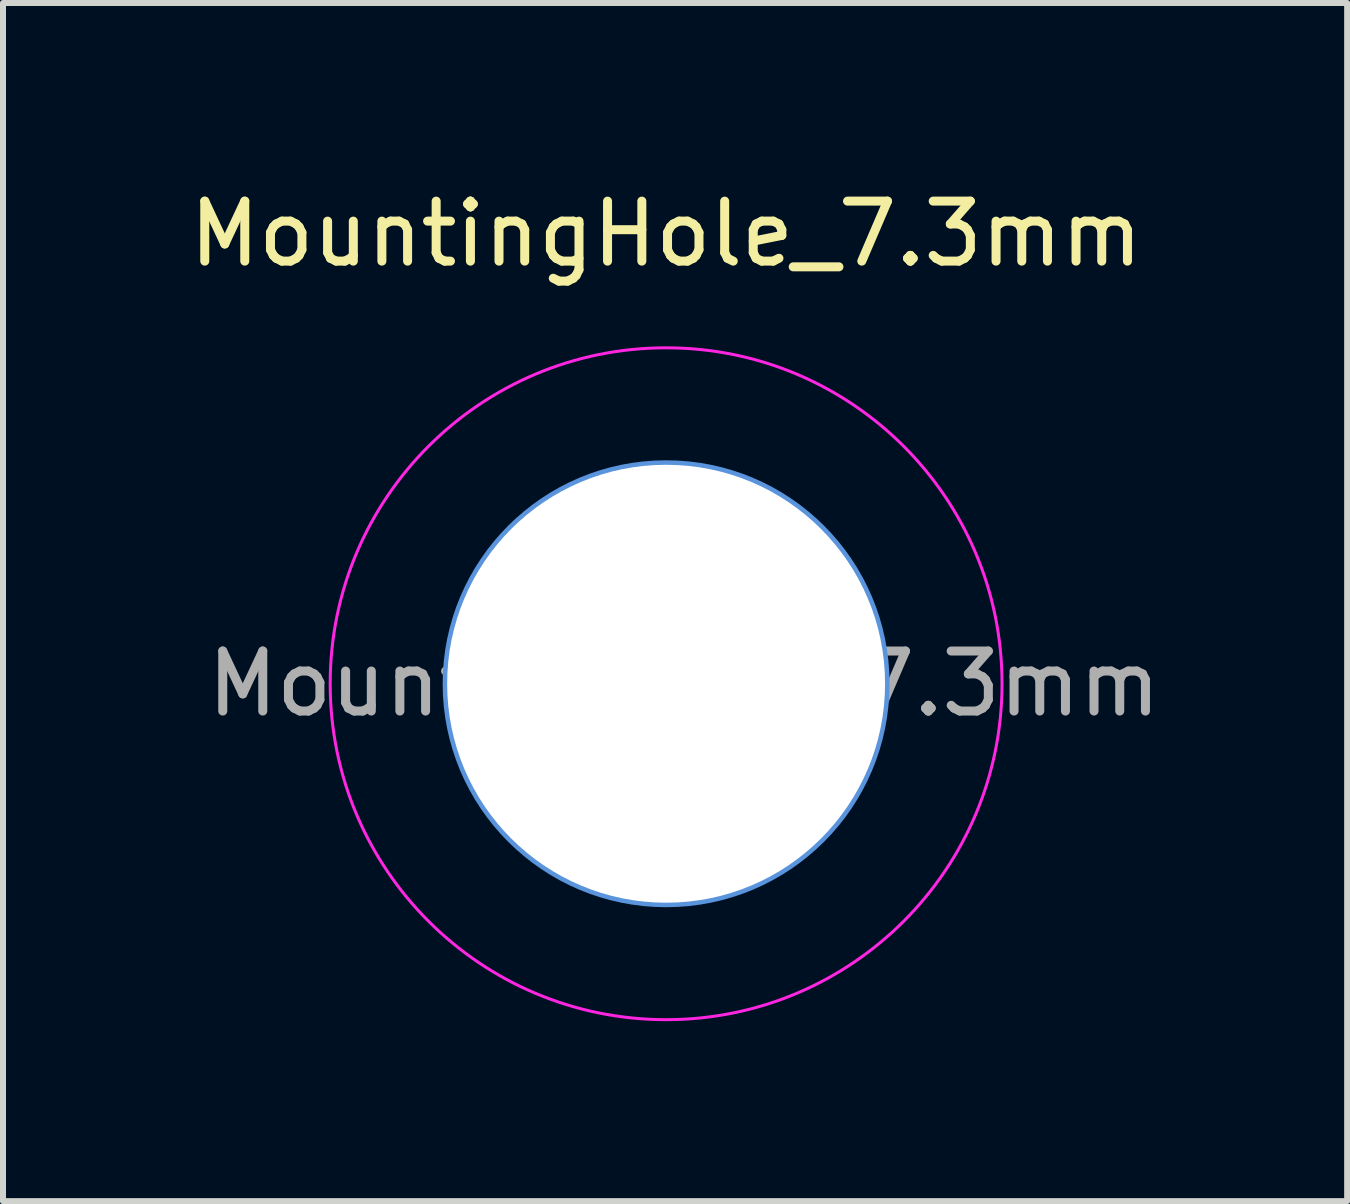
<source format=kicad_pcb>
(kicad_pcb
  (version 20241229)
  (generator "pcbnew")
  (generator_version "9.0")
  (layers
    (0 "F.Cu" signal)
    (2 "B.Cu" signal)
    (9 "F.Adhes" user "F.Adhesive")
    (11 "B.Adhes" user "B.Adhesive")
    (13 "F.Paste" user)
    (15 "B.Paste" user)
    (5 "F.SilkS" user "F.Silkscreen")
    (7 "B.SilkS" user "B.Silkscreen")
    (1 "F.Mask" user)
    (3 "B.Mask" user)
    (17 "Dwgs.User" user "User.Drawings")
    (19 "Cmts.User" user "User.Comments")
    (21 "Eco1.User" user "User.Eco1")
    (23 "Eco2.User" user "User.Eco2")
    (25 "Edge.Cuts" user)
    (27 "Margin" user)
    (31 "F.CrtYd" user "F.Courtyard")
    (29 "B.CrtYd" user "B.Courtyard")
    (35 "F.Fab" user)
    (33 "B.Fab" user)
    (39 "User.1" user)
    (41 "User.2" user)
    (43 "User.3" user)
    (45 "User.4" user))
  (footprint "MountingHole_7.3mm"
    (layer "F.Cu")
    (at 8.054 8.348)
    (property "Reference" "MountingHole_7.3mm" (at 0 -7.5 0) (layer "F.SilkS") (effects (font (size 1 1) (thickness 0.15))))
    (attr exclude_from_pos_files exclude_from_bom)
    (fp_circle (center 0 0) (end 3.65 0) (stroke (width 0.15) (type solid)) (fill no) (layer "Cmts.User"))
    (fp_circle (center 0 0) (end 5.6 0) (stroke (width 0.05) (type solid)) (fill no) (layer "F.CrtYd"))
    (fp_text user "${REFERENCE}" (at 0.3 0 0) (layer "F.Fab") (effects (font (size 1 1) (thickness 0.15))))
    (pad "" np_thru_hole circle (at 0 0) (size 7.3 7.3) (drill 7.3) (layers "*.Cu" "*.Mask")))
  (gr_rect
    (start -3 -3)
    (end 19.407 16.973)
    (stroke (width 0.1) (type default))
    (fill no)
    (layer "Edge.Cuts")))
</source>
